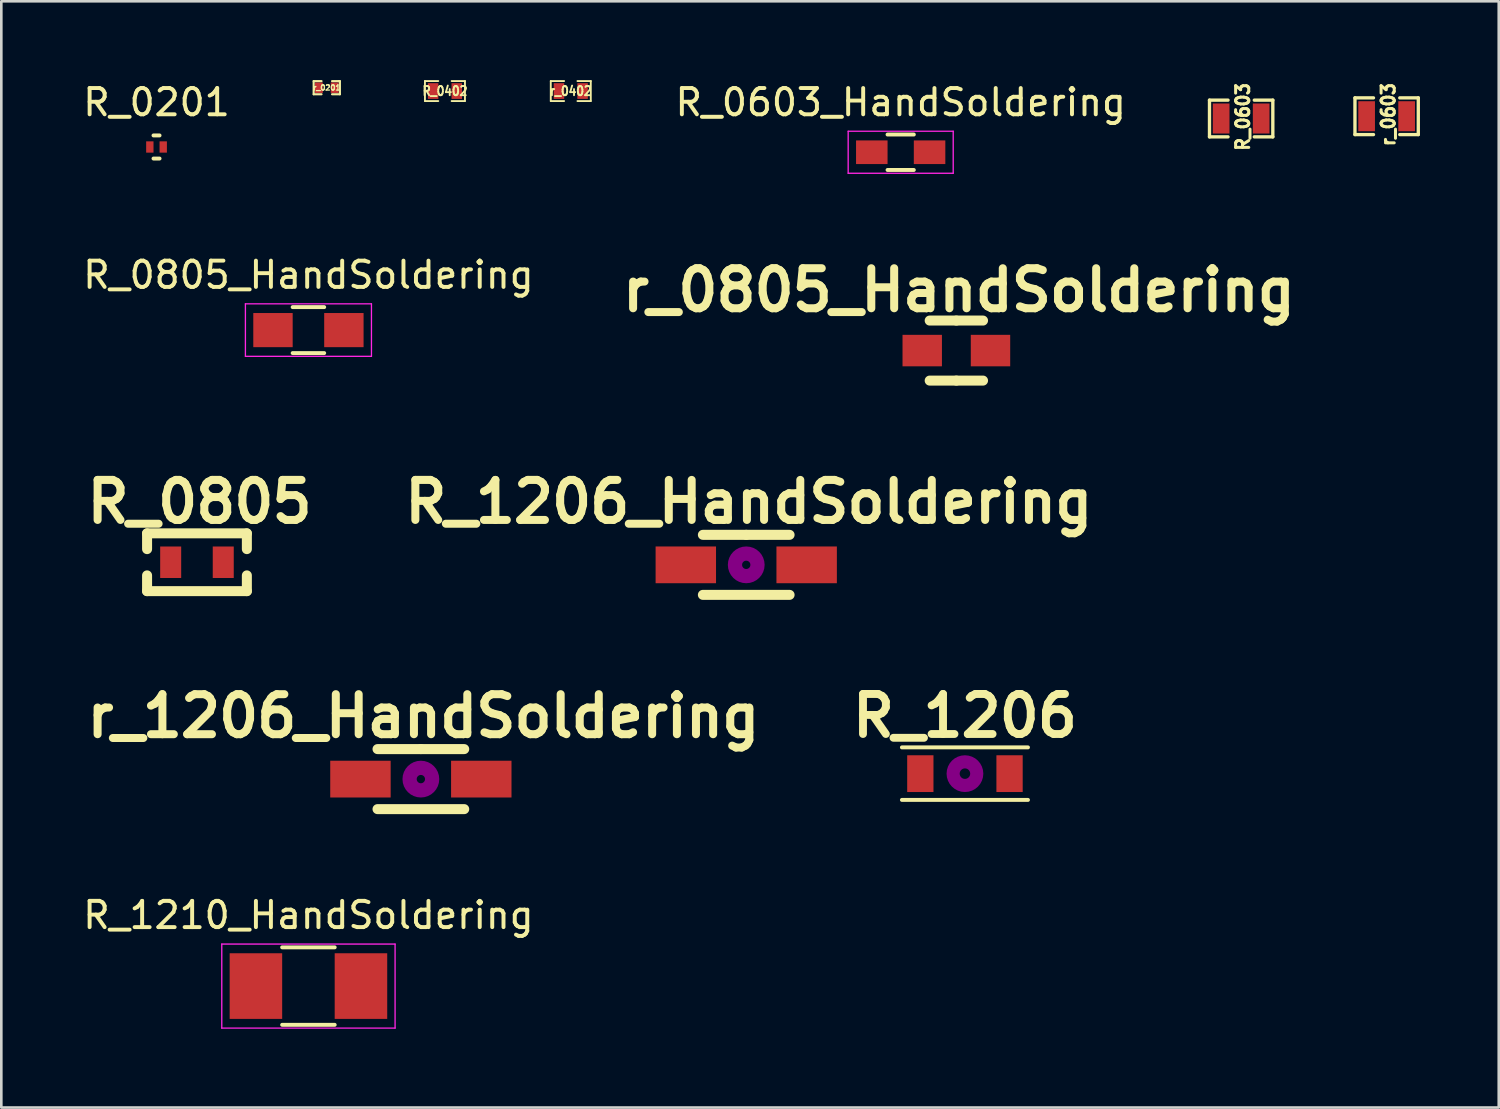
<source format=kicad_pcb>
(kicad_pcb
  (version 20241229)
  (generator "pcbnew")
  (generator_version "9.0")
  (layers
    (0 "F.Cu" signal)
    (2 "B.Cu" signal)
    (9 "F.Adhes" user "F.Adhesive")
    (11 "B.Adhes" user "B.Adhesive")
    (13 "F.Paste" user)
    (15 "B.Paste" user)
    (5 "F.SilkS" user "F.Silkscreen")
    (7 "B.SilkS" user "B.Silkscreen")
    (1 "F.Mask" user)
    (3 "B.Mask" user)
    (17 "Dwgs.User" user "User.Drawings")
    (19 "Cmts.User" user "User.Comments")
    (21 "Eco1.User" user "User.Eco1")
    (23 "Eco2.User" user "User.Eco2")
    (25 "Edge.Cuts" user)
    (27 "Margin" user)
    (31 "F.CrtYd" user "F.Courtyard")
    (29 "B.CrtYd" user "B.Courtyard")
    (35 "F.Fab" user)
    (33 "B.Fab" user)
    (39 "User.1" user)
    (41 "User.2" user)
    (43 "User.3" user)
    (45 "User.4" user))
  (footprint "R_0603"
    (layer "F.Cu")
    (at 44.217 1.463)
    (property "Reference" "R_0603" (at 0.064 -0.064 90) (layer "F.SilkS") (effects (font (size 0.5 0.457) (thickness 0.114))))
    (attr smd)
    (fp_line (start -1.206 -0.699) (end -1.206 0.699) (stroke (width 0.127) (type solid)) (layer "F.SilkS"))
    (fp_line (start -1.206 0.699) (end -0.5 0.699) (stroke (width 0.127) (type solid)) (layer "F.SilkS"))
    (fp_line (start -0.5 -0.699) (end -1.206 -0.699) (stroke (width 0.127) (type solid)) (layer "F.SilkS"))
    (fp_line (start 1.206 -0.699) (end 0.5 -0.699) (stroke (width 0.127) (type solid)) (layer "F.SilkS"))
    (fp_line (start 1.206 -0.699) (end 1.206 0.699) (stroke (width 0.127) (type solid)) (layer "F.SilkS"))
    (fp_line (start 1.206 0.699) (end 0.5 0.699) (stroke (width 0.127) (type solid)) (layer "F.SilkS"))
    (pad "1" smd rect (at -0.762 0) (size 0.635 1.143) (layers "F.Cu" "F.Mask" "F.Paste"))
    (pad "2" smd rect (at 0.762 0) (size 0.635 1.143) (layers "F.Cu" "F.Mask" "F.Paste")))
  (footprint "R_1206_HandSoldering"
    (layer "F.Cu")
    (at 25.369 18.461)
    (property "Reference" "R_1206_HandSoldering" (at 0.099 -2.4 0) (layer "F.SilkS") (effects (font (size 1.524 1.524) (thickness 0.305))))
    (attr smd)
    (fp_line (start 0 -1.143) (end -1.651 -1.143) (stroke (width 0.381) (type solid)) (layer "F.SilkS"))
    (fp_line (start 0 -1.143) (end 1.651 -1.143) (stroke (width 0.381) (type solid)) (layer "F.SilkS"))
    (fp_line (start 1.651 1.143) (end -1.651 1.143) (stroke (width 0.381) (type solid)) (layer "F.SilkS"))
    (fp_circle (center 0 0) (end 0.15 0.051) (stroke (width 0.381) (type solid)) (fill no) (layer "F.Adhes"))
    (fp_circle (center 0 0) (end 0.5 0.099) (stroke (width 0.381) (type solid)) (fill no) (layer "F.Adhes"))
    (pad "1" smd rect (at -2.301 0) (size 2.301 1.4) (layers "F.Cu" "F.Mask" "F.Paste"))
    (pad "2" smd rect (at 2.301 0) (size 2.301 1.4) (layers "F.Cu" "F.Mask" "F.Paste")))
  (footprint "r_0603"
    (layer "F.Cu")
    (at 49.757 1.376)
    (property "Reference" "r_0603" (at 0.064 -0.064 90) (layer "F.SilkS") (effects (font (size 0.5 0.457) (thickness 0.114))))
    (attr smd)
    (fp_line (start -1.206 -0.699) (end -1.206 0.699) (stroke (width 0.127) (type solid)) (layer "F.SilkS"))
    (fp_line (start -1.206 0.699) (end -0.5 0.699) (stroke (width 0.127) (type solid)) (layer "F.SilkS"))
    (fp_line (start -0.5 -0.699) (end -1.206 -0.699) (stroke (width 0.127) (type solid)) (layer "F.SilkS"))
    (fp_line (start 1.206 -0.699) (end 0.5 -0.699) (stroke (width 0.127) (type solid)) (layer "F.SilkS"))
    (fp_line (start 1.206 -0.699) (end 1.206 0.699) (stroke (width 0.127) (type solid)) (layer "F.SilkS"))
    (fp_line (start 1.206 0.699) (end 0.5 0.699) (stroke (width 0.127) (type solid)) (layer "F.SilkS"))
    (pad "1" smd rect (at -0.762 0) (size 0.635 1.143) (layers "F.Cu" "F.Mask" "F.Paste"))
    (pad "2" smd rect (at 0.762 0) (size 0.635 1.143) (layers "F.Cu" "F.Mask" "F.Paste")))
  (footprint "R_0201"
    (layer "F.Cu")
    (at 2.911 2.548)
    (property "Reference" "R_0201" (at 0 -1.7 0) (layer "F.SilkS") (effects (font (size 1 1) (thickness 0.15))))
    (attr smd)
    (fp_line (start -0.115 0.44) (end 0.115 0.44) (stroke (width 0.15) (type solid)) (layer "F.SilkS"))
    (fp_line (start 0.115 -0.44) (end -0.115 -0.44) (stroke (width 0.15) (type solid)) (layer "F.SilkS"))
    (pad "1" smd rect (at -0.255 0) (size 0.28 0.43) (layers "F.Cu" "F.Mask" "F.Paste"))
    (pad "2" smd rect (at 0.255 0) (size 0.28 0.43) (layers "F.Cu" "F.Mask" "F.Paste")))
  (footprint "R_1210_HandSoldering"
    (layer "F.Cu")
    (at 8.696 34.503)
    (property "Reference" "R_1210_HandSoldering" (at 0 -2.7 0) (layer "F.SilkS") (effects (font (size 1 1) (thickness 0.15))))
    (attr smd)
    (fp_line (start -1 -1.475) (end 1 -1.475) (stroke (width 0.15) (type solid)) (layer "F.SilkS"))
    (fp_line (start 1 1.475) (end -1 1.475) (stroke (width 0.15) (type solid)) (layer "F.SilkS"))
    (fp_line (start -3.3 -1.6) (end -3.3 1.6) (stroke (width 0.05) (type solid)) (layer "F.CrtYd"))
    (fp_line (start -3.3 -1.6) (end 3.3 -1.6) (stroke (width 0.05) (type solid)) (layer "F.CrtYd"))
    (fp_line (start -3.3 1.6) (end 3.3 1.6) (stroke (width 0.05) (type solid)) (layer "F.CrtYd"))
    (fp_line (start 3.3 -1.6) (end 3.3 1.6) (stroke (width 0.05) (type solid)) (layer "F.CrtYd"))
    (pad "1" smd rect (at -2 0) (size 2 2.5) (layers "F.Cu" "F.Mask" "F.Paste"))
    (pad "2" smd rect (at 2 0) (size 2 2.5) (layers "F.Cu" "F.Mask" "F.Paste")))
  (footprint "R_0402"
    (layer "F.Cu")
    (at 13.895 0.417)
    (property "Reference" "R_0402" (at 0 0 0) (layer "F.SilkS") (effects (font (size 0.351 0.305) (thickness 0.071))))
    (attr smd)
    (fp_line (start -0.762 -0.381) (end -0.762 0.381) (stroke (width 0.071) (type solid)) (layer "F.SilkS"))
    (fp_line (start -0.762 0.381) (end -0.254 0.381) (stroke (width 0.071) (type solid)) (layer "F.SilkS"))
    (fp_line (start -0.254 -0.381) (end -0.762 -0.381) (stroke (width 0.071) (type solid)) (layer "F.SilkS"))
    (fp_line (start 0.254 -0.381) (end 0.762 -0.381) (stroke (width 0.071) (type solid)) (layer "F.SilkS"))
    (fp_line (start 0.762 -0.381) (end 0.762 0.381) (stroke (width 0.071) (type solid)) (layer "F.SilkS"))
    (fp_line (start 0.762 0.381) (end 0.254 0.381) (stroke (width 0.071) (type solid)) (layer "F.SilkS"))
    (pad "1" smd rect (at -0.45 0) (size 0.399 0.599) (layers "F.Cu" "F.Mask" "F.Paste"))
    (pad "2" smd rect (at 0.45 0) (size 0.399 0.599) (layers "F.Cu" "F.Mask" "F.Paste")))
  (footprint "R_1206"
    (layer "F.Cu")
    (at 33.698 26.413)
    (property "Reference" "R_1206" (at 0 -2.2 0) (layer "F.SilkS") (effects (font (size 1.524 1.524) (thickness 0.3))))
    (attr smd)
    (fp_line (start -2.4 -1) (end 2.4 -1) (stroke (width 0.15) (type solid)) (layer "F.SilkS"))
    (fp_line (start -2.4 1) (end 2.4 1) (stroke (width 0.15) (type solid)) (layer "F.SilkS"))
    (fp_circle (center 0 0) (end 0.2 0) (stroke (width 0.5) (type solid)) (fill no) (layer "F.Adhes"))
    (pad "1" smd rect (at -1.699 0) (size 1.001 1.4) (layers "F.Cu" "F.Mask" "F.Paste"))
    (pad "2" smd rect (at 1.699 0) (size 1.001 1.4) (layers "F.Cu" "F.Mask" "F.Paste")))
  (footprint "R_0805"
    (layer "F.Cu")
    (at 4.451 18.362)
    (property "Reference" "R_0805" (at 0.099 -2.301 0) (layer "F.SilkS") (effects (font (size 1.524 1.524) (thickness 0.305))))
    (attr smd)
    (fp_line (start -1.9 -1.1) (end -1.9 -0.5) (stroke (width 0.381) (type solid)) (layer "F.SilkS"))
    (fp_line (start -1.9 0.5) (end -1.9 1.1) (stroke (width 0.381) (type solid)) (layer "F.SilkS"))
    (fp_line (start -1.9 1.1) (end 1.9 1.1) (stroke (width 0.381) (type solid)) (layer "F.SilkS"))
    (fp_line (start 1.9 -1.1) (end -1.9 -1.1) (stroke (width 0.381) (type solid)) (layer "F.SilkS"))
    (fp_line (start 1.9 -0.5) (end 1.9 -1.1) (stroke (width 0.381) (type solid)) (layer "F.SilkS"))
    (fp_line (start 1.9 1.1) (end 1.9 0.5) (stroke (width 0.381) (type solid)) (layer "F.SilkS"))
    (pad "1" smd rect (at -1.001 0) (size 0.8 1.199) (layers "F.Cu" "F.Mask" "F.Paste"))
    (pad "2" smd rect (at 1.001 0) (size 0.8 1.199) (layers "F.Cu" "F.Mask" "F.Paste")))
  (footprint "r_1206_HandSoldering"
    (layer "F.Cu")
    (at 12.978 26.621)
    (property "Reference" "r_1206_HandSoldering" (at 0.099 -2.4 0) (layer "F.SilkS") (effects (font (size 1.524 1.524) (thickness 0.305))))
    (attr smd)
    (fp_line (start 0 -1.143) (end -1.651 -1.143) (stroke (width 0.381) (type solid)) (layer "F.SilkS"))
    (fp_line (start 0 -1.143) (end 1.651 -1.143) (stroke (width 0.381) (type solid)) (layer "F.SilkS"))
    (fp_line (start 1.651 1.143) (end -1.651 1.143) (stroke (width 0.381) (type solid)) (layer "F.SilkS"))
    (fp_circle (center 0 0) (end 0.15 0.051) (stroke (width 0.381) (type solid)) (fill no) (layer "F.Adhes"))
    (fp_circle (center 0 0) (end 0.5 0.099) (stroke (width 0.381) (type solid)) (fill no) (layer "F.Adhes"))
    (pad "1" smd rect (at -2.301 0) (size 2.301 1.4) (layers "F.Cu" "F.Mask" "F.Paste"))
    (pad "2" smd rect (at 2.301 0) (size 2.301 1.4) (layers "F.Cu" "F.Mask" "F.Paste")))
  (footprint "r_0201"
    (layer "F.Cu")
    (at 9.395 0.29)
    (property "Reference" "r_0201" (at 0 0 0) (layer "F.SilkS") (effects (font (size 0.2 0.2) (thickness 0.05))))
    (attr smd)
    (fp_line (start -0.5 -0.25) (end -0.5 0.25) (stroke (width 0.08) (type solid)) (layer "F.SilkS"))
    (fp_line (start -0.5 0.25) (end -0.2 0.25) (stroke (width 0.08) (type solid)) (layer "F.SilkS"))
    (fp_line (start -0.2 -0.25) (end -0.5 -0.25) (stroke (width 0.08) (type solid)) (layer "F.SilkS"))
    (fp_line (start 0.2 -0.25) (end 0.45 -0.25) (stroke (width 0.08) (type solid)) (layer "F.SilkS"))
    (fp_line (start 0.45 -0.25) (end 0.5 -0.25) (stroke (width 0.08) (type solid)) (layer "F.SilkS"))
    (fp_line (start 0.5 -0.25) (end 0.5 0.25) (stroke (width 0.08) (type solid)) (layer "F.SilkS"))
    (fp_line (start 0.5 0.25) (end 0.2 0.25) (stroke (width 0.08) (type solid)) (layer "F.SilkS"))
    (pad "1" smd rect (at -0.3 0) (size 0.3 0.4) (layers "F.Cu" "F.Mask" "F.Paste"))
    (pad "2" smd rect (at 0.3 0) (size 0.3 0.4) (layers "F.Cu" "F.Mask" "F.Paste")))
  (footprint "r_0805_HandSoldering"
    (layer "F.Cu")
    (at 33.371 10.301)
    (property "Reference" "r_0805_HandSoldering" (at 0.099 -2.301 0) (layer "F.SilkS") (effects (font (size 1.524 1.524) (thickness 0.305))))
    (attr smd)
    (fp_line (start 0 -1.143) (end -1.016 -1.143) (stroke (width 0.381) (type solid)) (layer "F.SilkS"))
    (fp_line (start 0 -1.143) (end 1.016 -1.143) (stroke (width 0.381) (type solid)) (layer "F.SilkS"))
    (fp_line (start 0 1.143) (end -1.016 1.143) (stroke (width 0.381) (type solid)) (layer "F.SilkS"))
    (fp_line (start 0 1.143) (end 1.016 1.143) (stroke (width 0.381) (type solid)) (layer "F.SilkS"))
    (pad "1" smd rect (at -1.3 0) (size 1.501 1.199) (layers "F.Cu" "F.Mask" "F.Paste"))
    (pad "2" smd rect (at 1.3 0) (size 1.501 1.199) (layers "F.Cu" "F.Mask" "F.Paste")))
  (footprint "r_0402"
    (layer "F.Cu")
    (at 18.687 0.417)
    (property "Reference" "r_0402" (at 0 0 0) (layer "F.SilkS") (effects (font (size 0.351 0.305) (thickness 0.071))))
    (attr smd)
    (fp_line (start -0.762 -0.381) (end -0.762 0.381) (stroke (width 0.071) (type solid)) (layer "F.SilkS"))
    (fp_line (start -0.762 0.381) (end -0.254 0.381) (stroke (width 0.071) (type solid)) (layer "F.SilkS"))
    (fp_line (start -0.254 -0.381) (end -0.762 -0.381) (stroke (width 0.071) (type solid)) (layer "F.SilkS"))
    (fp_line (start 0.254 -0.381) (end 0.762 -0.381) (stroke (width 0.071) (type solid)) (layer "F.SilkS"))
    (fp_line (start 0.762 -0.381) (end 0.762 0.381) (stroke (width 0.071) (type solid)) (layer "F.SilkS"))
    (fp_line (start 0.762 0.381) (end 0.254 0.381) (stroke (width 0.071) (type solid)) (layer "F.SilkS"))
    (pad "1" smd rect (at -0.45 0) (size 0.399 0.599) (layers "F.Cu" "F.Mask" "F.Paste"))
    (pad "2" smd rect (at 0.45 0) (size 0.399 0.599) (layers "F.Cu" "F.Mask" "F.Paste")))
  (footprint "R_0603_HandSoldering"
    (layer "F.Cu")
    (at 31.251 2.748)
    (property "Reference" "R_0603_HandSoldering" (at 0 -1.9 0) (layer "F.SilkS") (effects (font (size 1 1) (thickness 0.15))))
    (attr smd)
    (fp_line (start -0.5 -0.675) (end 0.5 -0.675) (stroke (width 0.15) (type solid)) (layer "F.SilkS"))
    (fp_line (start 0.5 0.675) (end -0.5 0.675) (stroke (width 0.15) (type solid)) (layer "F.SilkS"))
    (fp_line (start -2 -0.8) (end -2 0.8) (stroke (width 0.05) (type solid)) (layer "F.CrtYd"))
    (fp_line (start -2 -0.8) (end 2 -0.8) (stroke (width 0.05) (type solid)) (layer "F.CrtYd"))
    (fp_line (start -2 0.8) (end 2 0.8) (stroke (width 0.05) (type solid)) (layer "F.CrtYd"))
    (fp_line (start 2 -0.8) (end 2 0.8) (stroke (width 0.05) (type solid)) (layer "F.CrtYd"))
    (pad "1" smd rect (at -1.1 0) (size 1.2 0.9) (layers "F.Cu" "F.Mask" "F.Paste"))
    (pad "2" smd rect (at 1.1 0) (size 1.2 0.9) (layers "F.Cu" "F.Mask" "F.Paste")))
  (footprint "R_0805_HandSoldering"
    (layer "F.Cu")
    (at 8.696 9.521)
    (property "Reference" "R_0805_HandSoldering" (at 0 -2.1 0) (layer "F.SilkS") (effects (font (size 1 1) (thickness 0.15))))
    (attr smd)
    (fp_line (start -0.6 -0.875) (end 0.6 -0.875) (stroke (width 0.15) (type solid)) (layer "F.SilkS"))
    (fp_line (start 0.6 0.875) (end -0.6 0.875) (stroke (width 0.15) (type solid)) (layer "F.SilkS"))
    (fp_line (start -2.4 -1) (end -2.4 1) (stroke (width 0.05) (type solid)) (layer "F.CrtYd"))
    (fp_line (start -2.4 -1) (end 2.4 -1) (stroke (width 0.05) (type solid)) (layer "F.CrtYd"))
    (fp_line (start -2.4 1) (end 2.4 1) (stroke (width 0.05) (type solid)) (layer "F.CrtYd"))
    (fp_line (start 2.4 -1) (end 2.4 1) (stroke (width 0.05) (type solid)) (layer "F.CrtYd"))
    (pad "1" smd rect (at -1.35 0) (size 1.5 1.3) (layers "F.Cu" "F.Mask" "F.Paste"))
    (pad "2" smd rect (at 1.35 0) (size 1.5 1.3) (layers "F.Cu" "F.Mask" "F.Paste")))
  (gr_rect
    (start -3 -3)
    (end 54.027 39.128)
    (stroke (width 0.1) (type default))
    (fill no)
    (layer "Edge.Cuts")))
</source>
